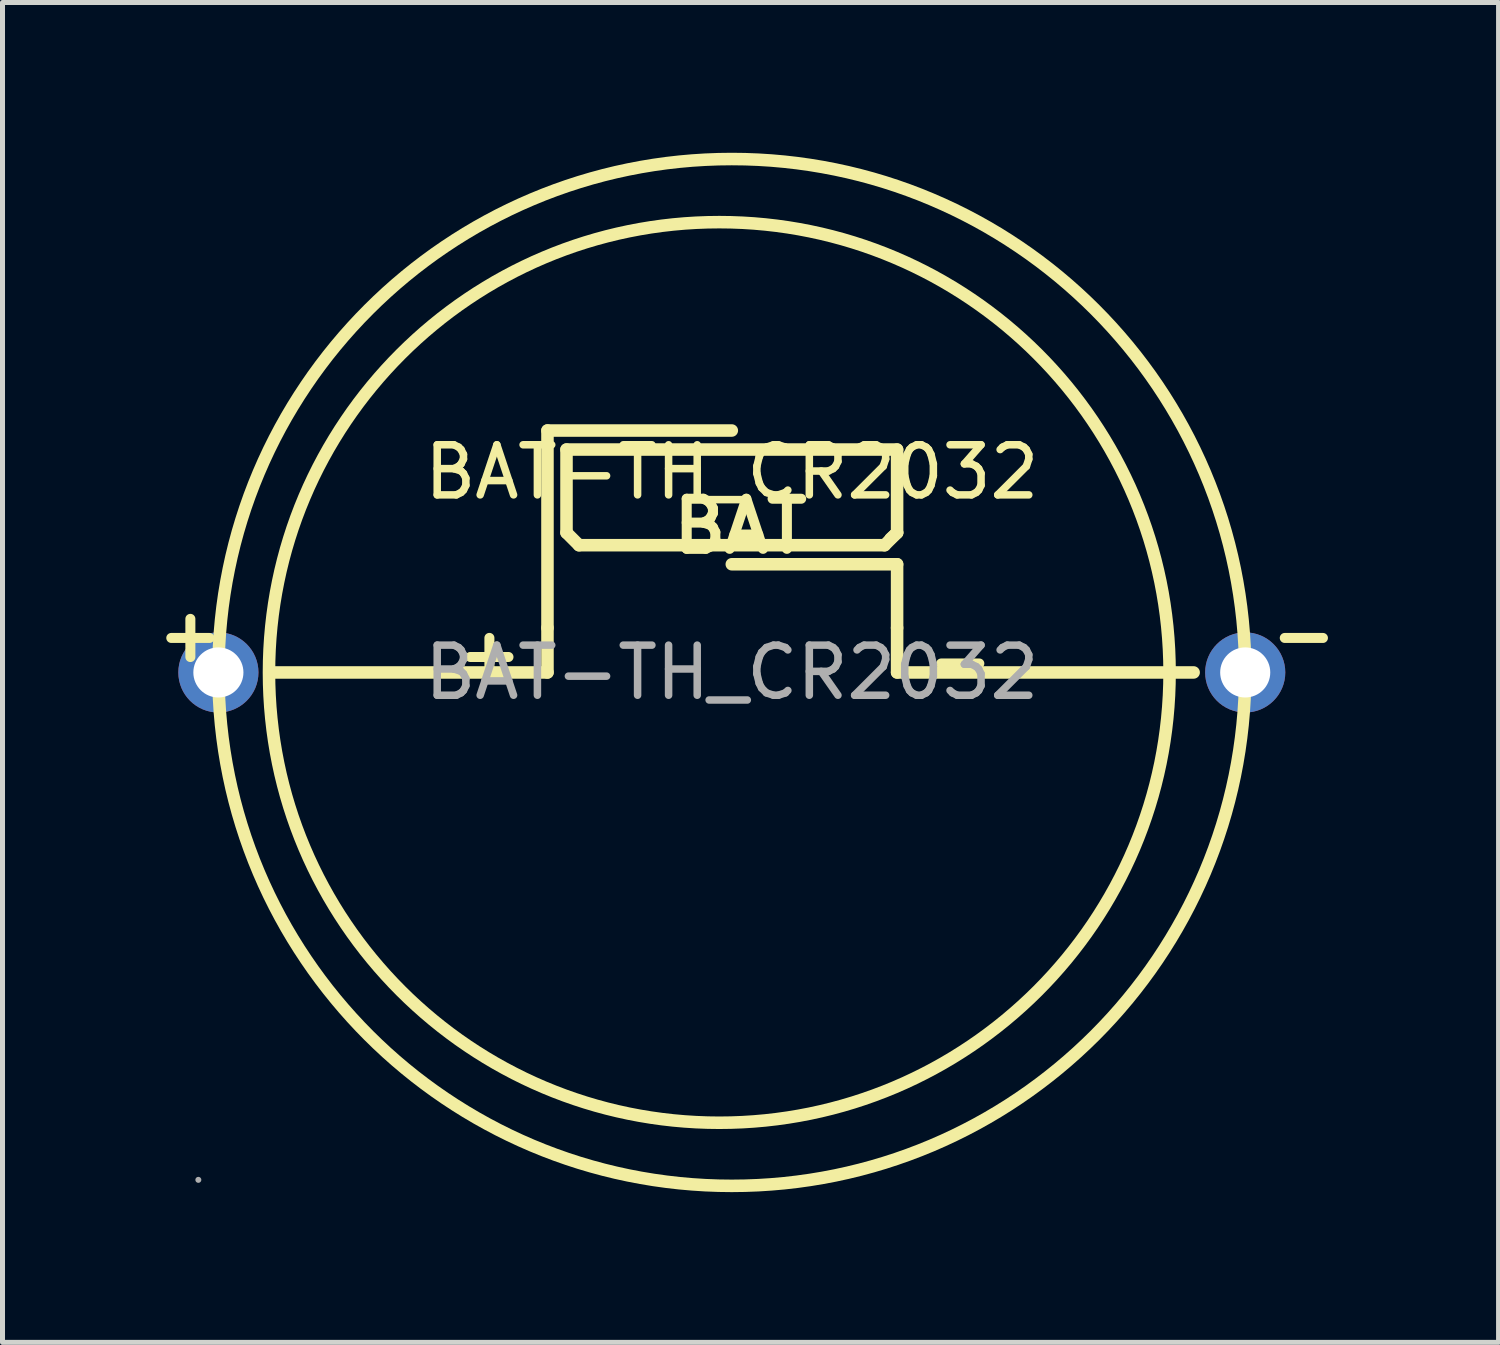
<source format=kicad_pcb>
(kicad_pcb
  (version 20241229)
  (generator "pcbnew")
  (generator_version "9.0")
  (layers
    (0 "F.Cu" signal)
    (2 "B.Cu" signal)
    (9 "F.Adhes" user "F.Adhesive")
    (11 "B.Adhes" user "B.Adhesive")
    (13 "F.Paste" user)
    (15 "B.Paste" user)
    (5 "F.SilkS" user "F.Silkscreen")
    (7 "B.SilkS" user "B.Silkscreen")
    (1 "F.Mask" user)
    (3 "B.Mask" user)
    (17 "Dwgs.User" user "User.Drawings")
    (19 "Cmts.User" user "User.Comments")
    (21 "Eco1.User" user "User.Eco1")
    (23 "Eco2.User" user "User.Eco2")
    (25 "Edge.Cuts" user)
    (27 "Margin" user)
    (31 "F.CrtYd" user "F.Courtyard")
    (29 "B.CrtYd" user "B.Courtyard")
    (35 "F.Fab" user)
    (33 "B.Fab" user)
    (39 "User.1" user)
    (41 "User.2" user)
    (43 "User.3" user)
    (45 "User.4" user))
  (footprint "BAT-TH_CR2032"
    (layer "F.Cu")
    (at 11.56 10.375)
    (property "Reference" "BAT-TH_CR2032" (at 0 -4 0) (layer "F.SilkS") (effects (font (size 1 1) (thickness 0.15))))
    (attr through_hole)
    (fp_line (start -3.68 -4.83) (end -3.68 -0.89) (stroke (width 0.25) (type solid)) (layer "F.SilkS"))
    (fp_line (start -3.68 -0.89) (end -3.68 0) (stroke (width 0.25) (type solid)) (layer "F.SilkS"))
    (fp_line (start -3.68 0) (end -9.22 0) (stroke (width 0.25) (type solid)) (layer "F.SilkS"))
    (fp_line (start -3.3 -4.45) (end -3.3 -2.79) (stroke (width 0.25) (type solid)) (layer "F.SilkS"))
    (fp_line (start -3.3 -4.45) (end 3.3 -4.45) (stroke (width 0.25) (type solid)) (layer "F.SilkS"))
    (fp_line (start -3.3 -2.79) (end -3.05 -2.54) (stroke (width 0.25) (type solid)) (layer "F.SilkS"))
    (fp_line (start -3.05 -2.54) (end 3.05 -2.54) (stroke (width 0.25) (type solid)) (layer "F.SilkS"))
    (fp_line (start 0 -4.83) (end -3.68 -4.83) (stroke (width 0.25) (type solid)) (layer "F.SilkS"))
    (fp_line (start 0 -2.16) (end 3.3 -2.16) (stroke (width 0.25) (type solid)) (layer "F.SilkS"))
    (fp_line (start 3.05 -2.54) (end 3.3 -2.79) (stroke (width 0.25) (type solid)) (layer "F.SilkS"))
    (fp_line (start 3.3 -4.45) (end 3.3 -2.79) (stroke (width 0.25) (type solid)) (layer "F.SilkS"))
    (fp_line (start 3.3 -2.79) (end 3.17 -2.67) (stroke (width 0.25) (type solid)) (layer "F.SilkS"))
    (fp_line (start 3.3 -2.16) (end 3.3 -0.89) (stroke (width 0.25) (type solid)) (layer "F.SilkS"))
    (fp_line (start 3.3 -0.89) (end 3.3 0) (stroke (width 0.25) (type solid)) (layer "F.SilkS"))
    (fp_line (start 3.3 0) (end 9.22 0) (stroke (width 0.25) (type solid)) (layer "F.SilkS"))
    (fp_circle (center -0.25 0) (end 8.74 0) (stroke (width 0.25) (type solid)) (fill no) (layer "F.SilkS"))
    (fp_circle (center 0 0) (end 10.25 0) (stroke (width 0.25) (type solid)) (fill no) (layer "F.SilkS"))
    (fp_circle (center -10.65 10.13) (end -10.62 10.13) (stroke (width 0.06) (type solid)) (fill no) (layer "F.Fab"))
    (fp_circle (center -10.25 0) (end -10.05 0) (stroke (width 0.4) (type solid)) (fill no) (layer "F.Fab"))
    (fp_circle (center 10.25 0) (end 10.45 0) (stroke (width 0.4) (type solid)) (fill no) (layer "F.Fab"))
    (fp_text user "+" (at -5.59 -0.38 0) (layer "F.SilkS") (effects (font (size 1 1) (thickness 0.2)) (justify left)))
    (fp_text user "-" (at 10.67 -0.76 0) (layer "F.SilkS") (effects (font (size 1 1) (thickness 0.2)) (justify left)))
    (fp_text user "+" (at -11.56 -0.76 0) (layer "F.SilkS") (effects (font (size 1 1) (thickness 0.2)) (justify left)))
    (fp_text user "-" (at 3.81 -0.25 0) (layer "F.SilkS") (effects (font (size 1 1) (thickness 0.2)) (justify left)))
    (fp_text user "BAT" (at -1.27 -2.92 0) (layer "F.SilkS") (effects (font (size 1 1) (thickness 0.2)) (justify left)))
    (fp_text user "${REFERENCE}" (at 0 0 0) (layer "F.Fab") (effects (font (size 1 1) (thickness 0.15))))
    (pad "1" thru_hole circle (at -10.25 0) (size 1.6 1.6) (drill 1) (layers "*.Cu" "*.Paste" "*.Mask"))
    (pad "2" thru_hole circle (at 10.25 0) (size 1.6 1.6) (drill 1) (layers "*.Cu" "*.Paste" "*.Mask")))
  (gr_rect
    (start -3 -3)
    (end 26.868 23.75)
    (stroke (width 0.1) (type default))
    (fill no)
    (layer "Edge.Cuts")))
</source>
